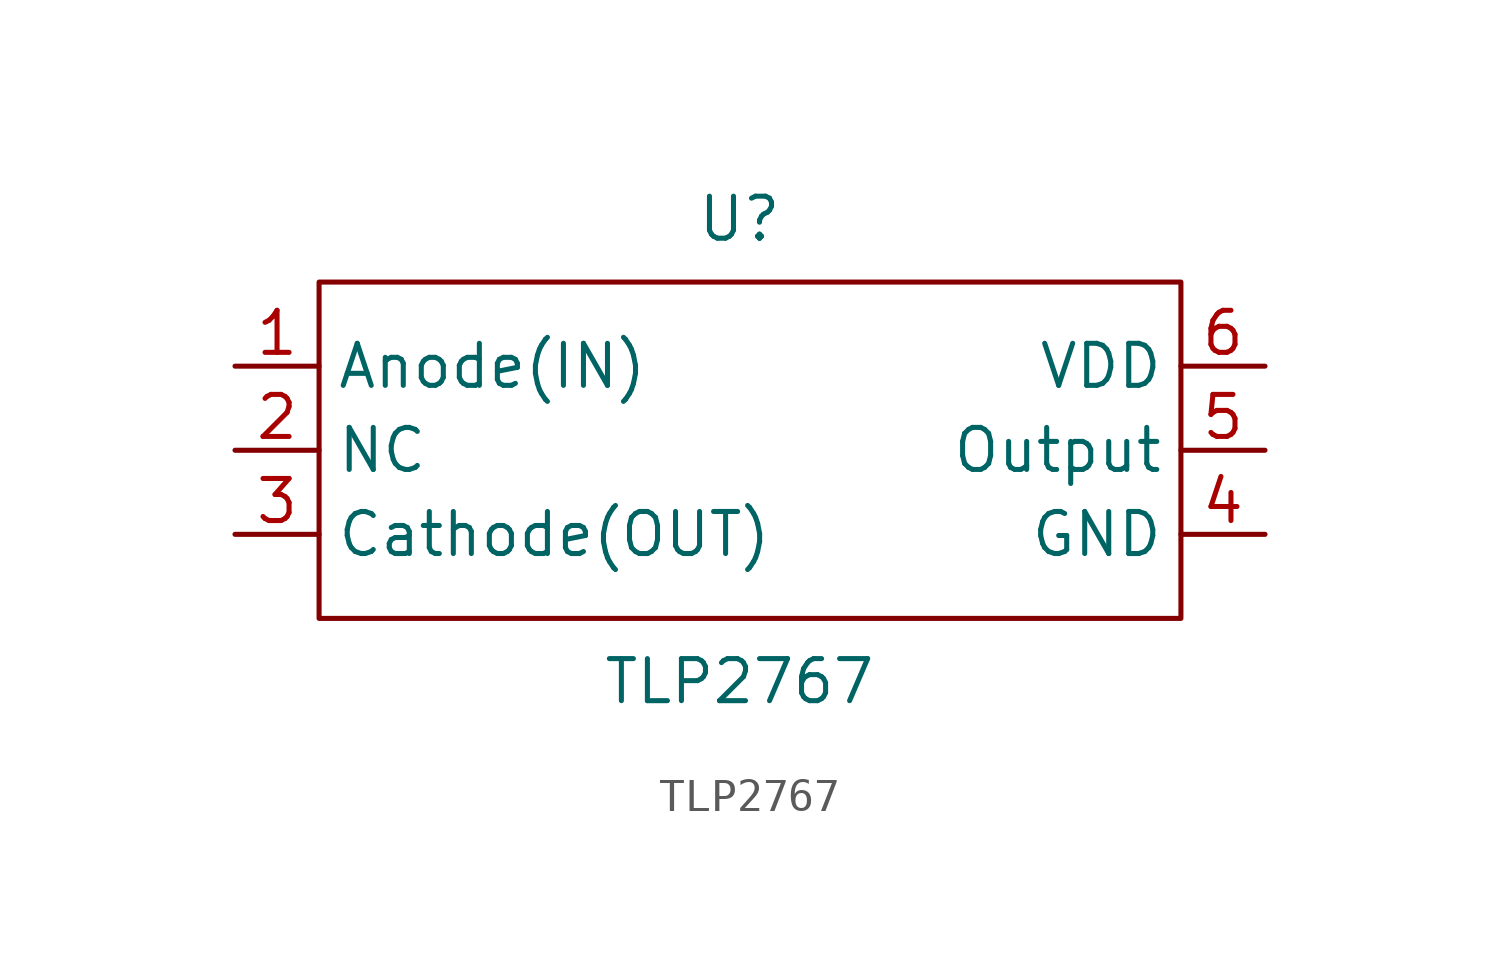
<source format=kicad_sym>
(kicad_symbol_lib
  (version 20211014)
  (generator kicad_symbol_editor)
  (symbol "TLP2767"
    (property "Reference" "U"
      (at 8.255 6.35 0)
      (effects (font (size 1.27 1.27))))
    (property "Value" "TLP2767"
      (at 8.255 -7.62 0)
      (effects (font (size 1.27 1.27))))
    (symbol "TLP2767_0_1"
      (rectangle (start -4.445 4.445) (end 21.59 -5.715) (stroke (width 0) (type default) (color 0 0 0 0)) (fill (type none))))
    (symbol "TLP2767_1_0"
      (pin free line (at -6.985 1.905 0) (length 2.54) (name "Anode(IN)" (effects (font (size 1.27 1.27)))) (number "1" (effects (font (size 1.27 1.27)))))
      (pin free line (at -6.985 -0.635 0) (length 2.54) (name "NC" (effects (font (size 1.27 1.27)))) (number "2" (effects (font (size 1.27 1.27)))))
      (pin free line (at -6.985 -3.175 0) (length 2.54) (name "Cathode(OUT)" (effects (font (size 1.27 1.27)))) (number "3" (effects (font (size 1.27 1.27)))))
      (pin free line (at 24.13 -3.175 180) (length 2.54) (name "GND" (effects (font (size 1.27 1.27)))) (number "4" (effects (font (size 1.27 1.27)))))
      (pin free line (at 24.13 -0.635 180) (length 2.54) (name "Output" (effects (font (size 1.27 1.27)))) (number "5" (effects (font (size 1.27 1.27)))))
      (pin free line (at 24.13 1.905 180) (length 2.54) (name "VDD" (effects (font (size 1.27 1.27)))) (number "6" (effects (font (size 1.27 1.27))))))))
</source>
